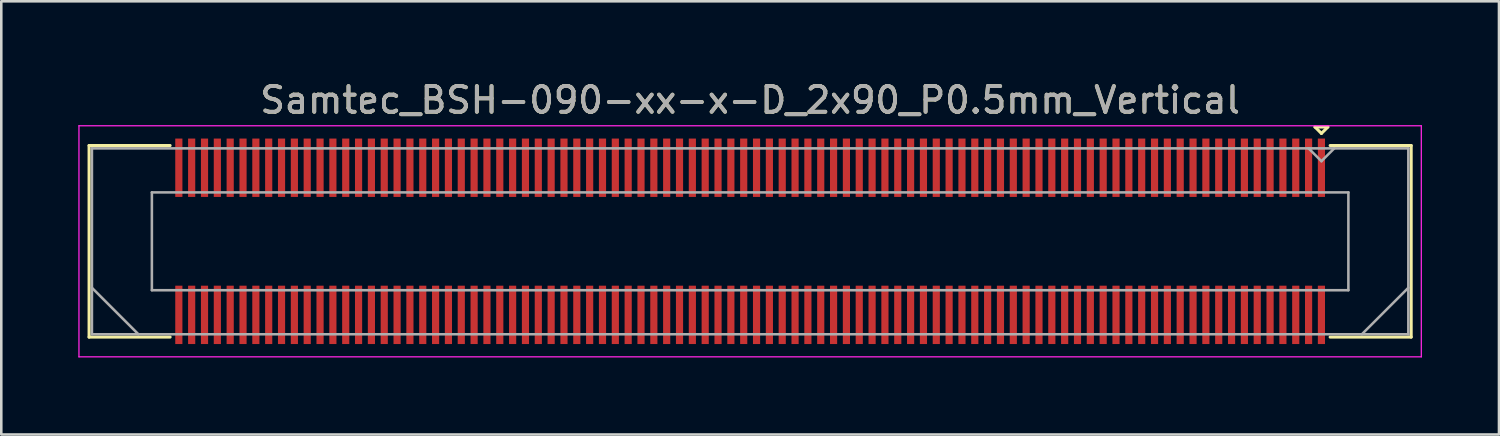
<source format=kicad_pcb>
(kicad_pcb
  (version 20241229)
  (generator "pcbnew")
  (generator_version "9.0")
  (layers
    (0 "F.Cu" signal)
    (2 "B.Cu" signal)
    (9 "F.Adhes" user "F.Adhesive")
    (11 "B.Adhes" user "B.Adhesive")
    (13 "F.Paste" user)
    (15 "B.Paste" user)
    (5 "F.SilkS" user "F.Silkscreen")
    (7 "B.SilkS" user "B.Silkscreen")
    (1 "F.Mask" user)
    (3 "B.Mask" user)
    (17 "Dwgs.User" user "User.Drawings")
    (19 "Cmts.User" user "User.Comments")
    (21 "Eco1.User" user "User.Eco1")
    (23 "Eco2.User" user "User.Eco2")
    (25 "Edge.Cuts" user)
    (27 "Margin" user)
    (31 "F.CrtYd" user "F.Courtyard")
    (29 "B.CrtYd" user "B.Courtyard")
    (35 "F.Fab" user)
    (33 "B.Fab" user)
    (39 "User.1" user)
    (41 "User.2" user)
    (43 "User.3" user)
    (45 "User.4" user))
  (footprint "Samtec_BSH-090-xx-x-D_2x90_P0.5mm_Vertical"
    (layer "F.Cu")
    (at 26.165 6.348)
    (property "Reference" "Samtec_BSH-090-xx-x-D_2x90_P0.5mm_Vertical" (at 0 -5.5 0) (layer "F.SilkS") (effects (font (size 1 1) (thickness 0.15))))
    (attr smd)
    (fp_line (start -25.745 -3.73) (end -22.59 -3.73) (stroke (width 0.12) (type solid)) (layer "F.SilkS"))
    (fp_line (start -25.745 3.73) (end -25.745 -3.73) (stroke (width 0.12) (type solid)) (layer "F.SilkS"))
    (fp_line (start -22.59 3.73) (end -25.745 3.73) (stroke (width 0.12) (type solid)) (layer "F.SilkS"))
    (fp_line (start 22 -4.452) (end 22.5 -4.452) (stroke (width 0.12) (type solid)) (layer "F.SilkS"))
    (fp_line (start 22.25 -4.202) (end 22 -4.452) (stroke (width 0.12) (type solid)) (layer "F.SilkS"))
    (fp_line (start 22.5 -4.452) (end 22.25 -4.202) (stroke (width 0.12) (type solid)) (layer "F.SilkS"))
    (fp_line (start 22.59 3.73) (end 25.745 3.73) (stroke (width 0.12) (type solid)) (layer "F.SilkS"))
    (fp_line (start 25.745 -3.73) (end 22.59 -3.73) (stroke (width 0.12) (type solid)) (layer "F.SilkS"))
    (fp_line (start 25.745 3.73) (end 25.745 -3.73) (stroke (width 0.12) (type solid)) (layer "F.SilkS"))
    (fp_line (start -26.14 -4.5) (end -26.14 4.5) (stroke (width 0.05) (type solid)) (layer "F.CrtYd"))
    (fp_line (start -26.14 4.5) (end 26.14 4.5) (stroke (width 0.05) (type solid)) (layer "F.CrtYd"))
    (fp_line (start 26.14 -4.5) (end -26.14 -4.5) (stroke (width 0.05) (type solid)) (layer "F.CrtYd"))
    (fp_line (start 26.14 4.5) (end 26.14 -4.5) (stroke (width 0.05) (type solid)) (layer "F.CrtYd"))
    (fp_line (start -25.635 -3.62) (end -25.635 3.62) (stroke (width 0.1) (type solid)) (layer "F.Fab"))
    (fp_line (start -25.635 1.81) (end -23.825 3.62) (stroke (width 0.1) (type solid)) (layer "F.Fab"))
    (fp_line (start -25.635 3.62) (end 25.635 3.62) (stroke (width 0.1) (type solid)) (layer "F.Fab"))
    (fp_line (start -23.3 -1.905) (end -23.3 1.905) (stroke (width 0.1) (type solid)) (layer "F.Fab"))
    (fp_line (start -23.3 1.905) (end 23.3 1.905) (stroke (width 0.1) (type solid)) (layer "F.Fab"))
    (fp_line (start 22.25 -3.12) (end 21.75 -3.62) (stroke (width 0.1) (type solid)) (layer "F.Fab"))
    (fp_line (start 22.75 -3.62) (end 22.25 -3.12) (stroke (width 0.1) (type solid)) (layer "F.Fab"))
    (fp_line (start 23.3 -1.905) (end -23.3 -1.905) (stroke (width 0.1) (type solid)) (layer "F.Fab"))
    (fp_line (start 23.3 1.905) (end 23.3 -1.905) (stroke (width 0.1) (type solid)) (layer "F.Fab"))
    (fp_line (start 25.635 -3.62) (end -25.635 -3.62) (stroke (width 0.1) (type solid)) (layer "F.Fab"))
    (fp_line (start 25.635 1.81) (end 23.825 3.62) (stroke (width 0.1) (type solid)) (layer "F.Fab"))
    (fp_line (start 25.635 3.62) (end 25.635 -3.62) (stroke (width 0.1) (type solid)) (layer "F.Fab"))
    (fp_text user "${REFERENCE}" (at 0 -5.5 0) (layer "F.Fab") (effects (font (size 1 1) (thickness 0.15))))
    (pad "1" smd rect (at 22.25 -2.865) (size 0.279 2.273) (layers "F.Cu" "F.Mask" "F.Paste"))
    (pad "2" smd rect (at 22.25 2.865) (size 0.279 2.273) (layers "F.Cu" "F.Mask" "F.Paste"))
    (pad "3" smd rect (at 21.75 -2.865) (size 0.279 2.273) (layers "F.Cu" "F.Mask" "F.Paste"))
    (pad "4" smd rect (at 21.75 2.865) (size 0.279 2.273) (layers "F.Cu" "F.Mask" "F.Paste"))
    (pad "5" smd rect (at 21.25 -2.865) (size 0.279 2.273) (layers "F.Cu" "F.Mask" "F.Paste"))
    (pad "6" smd rect (at 21.25 2.865) (size 0.279 2.273) (layers "F.Cu" "F.Mask" "F.Paste"))
    (pad "7" smd rect (at 20.75 -2.865) (size 0.279 2.273) (layers "F.Cu" "F.Mask" "F.Paste"))
    (pad "8" smd rect (at 20.75 2.865) (size 0.279 2.273) (layers "F.Cu" "F.Mask" "F.Paste"))
    (pad "9" smd rect (at 20.25 -2.865) (size 0.279 2.273) (layers "F.Cu" "F.Mask" "F.Paste"))
    (pad "10" smd rect (at 20.25 2.865) (size 0.279 2.273) (layers "F.Cu" "F.Mask" "F.Paste"))
    (pad "11" smd rect (at 19.75 -2.865) (size 0.279 2.273) (layers "F.Cu" "F.Mask" "F.Paste"))
    (pad "12" smd rect (at 19.75 2.865) (size 0.279 2.273) (layers "F.Cu" "F.Mask" "F.Paste"))
    (pad "13" smd rect (at 19.25 -2.865) (size 0.279 2.273) (layers "F.Cu" "F.Mask" "F.Paste"))
    (pad "14" smd rect (at 19.25 2.865) (size 0.279 2.273) (layers "F.Cu" "F.Mask" "F.Paste"))
    (pad "15" smd rect (at 18.75 -2.865) (size 0.279 2.273) (layers "F.Cu" "F.Mask" "F.Paste"))
    (pad "16" smd rect (at 18.75 2.865) (size 0.279 2.273) (layers "F.Cu" "F.Mask" "F.Paste"))
    (pad "17" smd rect (at 18.25 -2.865) (size 0.279 2.273) (layers "F.Cu" "F.Mask" "F.Paste"))
    (pad "18" smd rect (at 18.25 2.865) (size 0.279 2.273) (layers "F.Cu" "F.Mask" "F.Paste"))
    (pad "19" smd rect (at 17.75 -2.865) (size 0.279 2.273) (layers "F.Cu" "F.Mask" "F.Paste"))
    (pad "20" smd rect (at 17.75 2.865) (size 0.279 2.273) (layers "F.Cu" "F.Mask" "F.Paste"))
    (pad "21" smd rect (at 17.25 -2.865) (size 0.279 2.273) (layers "F.Cu" "F.Mask" "F.Paste"))
    (pad "22" smd rect (at 17.25 2.865) (size 0.279 2.273) (layers "F.Cu" "F.Mask" "F.Paste"))
    (pad "23" smd rect (at 16.75 -2.865) (size 0.279 2.273) (layers "F.Cu" "F.Mask" "F.Paste"))
    (pad "24" smd rect (at 16.75 2.865) (size 0.279 2.273) (layers "F.Cu" "F.Mask" "F.Paste"))
    (pad "25" smd rect (at 16.25 -2.865) (size 0.279 2.273) (layers "F.Cu" "F.Mask" "F.Paste"))
    (pad "26" smd rect (at 16.25 2.865) (size 0.279 2.273) (layers "F.Cu" "F.Mask" "F.Paste"))
    (pad "27" smd rect (at 15.75 -2.865) (size 0.279 2.273) (layers "F.Cu" "F.Mask" "F.Paste"))
    (pad "28" smd rect (at 15.75 2.865) (size 0.279 2.273) (layers "F.Cu" "F.Mask" "F.Paste"))
    (pad "29" smd rect (at 15.25 -2.865) (size 0.279 2.273) (layers "F.Cu" "F.Mask" "F.Paste"))
    (pad "30" smd rect (at 15.25 2.865) (size 0.279 2.273) (layers "F.Cu" "F.Mask" "F.Paste"))
    (pad "31" smd rect (at 14.75 -2.865) (size 0.279 2.273) (layers "F.Cu" "F.Mask" "F.Paste"))
    (pad "32" smd rect (at 14.75 2.865) (size 0.279 2.273) (layers "F.Cu" "F.Mask" "F.Paste"))
    (pad "33" smd rect (at 14.25 -2.865) (size 0.279 2.273) (layers "F.Cu" "F.Mask" "F.Paste"))
    (pad "34" smd rect (at 14.25 2.865) (size 0.279 2.273) (layers "F.Cu" "F.Mask" "F.Paste"))
    (pad "35" smd rect (at 13.75 -2.865) (size 0.279 2.273) (layers "F.Cu" "F.Mask" "F.Paste"))
    (pad "36" smd rect (at 13.75 2.865) (size 0.279 2.273) (layers "F.Cu" "F.Mask" "F.Paste"))
    (pad "37" smd rect (at 13.25 -2.865) (size 0.279 2.273) (layers "F.Cu" "F.Mask" "F.Paste"))
    (pad "38" smd rect (at 13.25 2.865) (size 0.279 2.273) (layers "F.Cu" "F.Mask" "F.Paste"))
    (pad "39" smd rect (at 12.75 -2.865) (size 0.279 2.273) (layers "F.Cu" "F.Mask" "F.Paste"))
    (pad "40" smd rect (at 12.75 2.865) (size 0.279 2.273) (layers "F.Cu" "F.Mask" "F.Paste"))
    (pad "41" smd rect (at 12.25 -2.865) (size 0.279 2.273) (layers "F.Cu" "F.Mask" "F.Paste"))
    (pad "42" smd rect (at 12.25 2.865) (size 0.279 2.273) (layers "F.Cu" "F.Mask" "F.Paste"))
    (pad "43" smd rect (at 11.75 -2.865) (size 0.279 2.273) (layers "F.Cu" "F.Mask" "F.Paste"))
    (pad "44" smd rect (at 11.75 2.865) (size 0.279 2.273) (layers "F.Cu" "F.Mask" "F.Paste"))
    (pad "45" smd rect (at 11.25 -2.865) (size 0.279 2.273) (layers "F.Cu" "F.Mask" "F.Paste"))
    (pad "46" smd rect (at 11.25 2.865) (size 0.279 2.273) (layers "F.Cu" "F.Mask" "F.Paste"))
    (pad "47" smd rect (at 10.75 -2.865) (size 0.279 2.273) (layers "F.Cu" "F.Mask" "F.Paste"))
    (pad "48" smd rect (at 10.75 2.865) (size 0.279 2.273) (layers "F.Cu" "F.Mask" "F.Paste"))
    (pad "49" smd rect (at 10.25 -2.865) (size 0.279 2.273) (layers "F.Cu" "F.Mask" "F.Paste"))
    (pad "50" smd rect (at 10.25 2.865) (size 0.279 2.273) (layers "F.Cu" "F.Mask" "F.Paste"))
    (pad "51" smd rect (at 9.75 -2.865) (size 0.279 2.273) (layers "F.Cu" "F.Mask" "F.Paste"))
    (pad "52" smd rect (at 9.75 2.865) (size 0.279 2.273) (layers "F.Cu" "F.Mask" "F.Paste"))
    (pad "53" smd rect (at 9.25 -2.865) (size 0.279 2.273) (layers "F.Cu" "F.Mask" "F.Paste"))
    (pad "54" smd rect (at 9.25 2.865) (size 0.279 2.273) (layers "F.Cu" "F.Mask" "F.Paste"))
    (pad "55" smd rect (at 8.75 -2.865) (size 0.279 2.273) (layers "F.Cu" "F.Mask" "F.Paste"))
    (pad "56" smd rect (at 8.75 2.865) (size 0.279 2.273) (layers "F.Cu" "F.Mask" "F.Paste"))
    (pad "57" smd rect (at 8.25 -2.865) (size 0.279 2.273) (layers "F.Cu" "F.Mask" "F.Paste"))
    (pad "58" smd rect (at 8.25 2.865) (size 0.279 2.273) (layers "F.Cu" "F.Mask" "F.Paste"))
    (pad "59" smd rect (at 7.75 -2.865) (size 0.279 2.273) (layers "F.Cu" "F.Mask" "F.Paste"))
    (pad "60" smd rect (at 7.75 2.865) (size 0.279 2.273) (layers "F.Cu" "F.Mask" "F.Paste"))
    (pad "61" smd rect (at 7.25 -2.865) (size 0.279 2.273) (layers "F.Cu" "F.Mask" "F.Paste"))
    (pad "62" smd rect (at 7.25 2.865) (size 0.279 2.273) (layers "F.Cu" "F.Mask" "F.Paste"))
    (pad "63" smd rect (at 6.75 -2.865) (size 0.279 2.273) (layers "F.Cu" "F.Mask" "F.Paste"))
    (pad "64" smd rect (at 6.75 2.865) (size 0.279 2.273) (layers "F.Cu" "F.Mask" "F.Paste"))
    (pad "65" smd rect (at 6.25 -2.865) (size 0.279 2.273) (layers "F.Cu" "F.Mask" "F.Paste"))
    (pad "66" smd rect (at 6.25 2.865) (size 0.279 2.273) (layers "F.Cu" "F.Mask" "F.Paste"))
    (pad "67" smd rect (at 5.75 -2.865) (size 0.279 2.273) (layers "F.Cu" "F.Mask" "F.Paste"))
    (pad "68" smd rect (at 5.75 2.865) (size 0.279 2.273) (layers "F.Cu" "F.Mask" "F.Paste"))
    (pad "69" smd rect (at 5.25 -2.865) (size 0.279 2.273) (layers "F.Cu" "F.Mask" "F.Paste"))
    (pad "70" smd rect (at 5.25 2.865) (size 0.279 2.273) (layers "F.Cu" "F.Mask" "F.Paste"))
    (pad "71" smd rect (at 4.75 -2.865) (size 0.279 2.273) (layers "F.Cu" "F.Mask" "F.Paste"))
    (pad "72" smd rect (at 4.75 2.865) (size 0.279 2.273) (layers "F.Cu" "F.Mask" "F.Paste"))
    (pad "73" smd rect (at 4.25 -2.865) (size 0.279 2.273) (layers "F.Cu" "F.Mask" "F.Paste"))
    (pad "74" smd rect (at 4.25 2.865) (size 0.279 2.273) (layers "F.Cu" "F.Mask" "F.Paste"))
    (pad "75" smd rect (at 3.75 -2.865) (size 0.279 2.273) (layers "F.Cu" "F.Mask" "F.Paste"))
    (pad "76" smd rect (at 3.75 2.865) (size 0.279 2.273) (layers "F.Cu" "F.Mask" "F.Paste"))
    (pad "77" smd rect (at 3.25 -2.865) (size 0.279 2.273) (layers "F.Cu" "F.Mask" "F.Paste"))
    (pad "78" smd rect (at 3.25 2.865) (size 0.279 2.273) (layers "F.Cu" "F.Mask" "F.Paste"))
    (pad "79" smd rect (at 2.75 -2.865) (size 0.279 2.273) (layers "F.Cu" "F.Mask" "F.Paste"))
    (pad "80" smd rect (at 2.75 2.865) (size 0.279 2.273) (layers "F.Cu" "F.Mask" "F.Paste"))
    (pad "81" smd rect (at 2.25 -2.865) (size 0.279 2.273) (layers "F.Cu" "F.Mask" "F.Paste"))
    (pad "82" smd rect (at 2.25 2.865) (size 0.279 2.273) (layers "F.Cu" "F.Mask" "F.Paste"))
    (pad "83" smd rect (at 1.75 -2.865) (size 0.279 2.273) (layers "F.Cu" "F.Mask" "F.Paste"))
    (pad "84" smd rect (at 1.75 2.865) (size 0.279 2.273) (layers "F.Cu" "F.Mask" "F.Paste"))
    (pad "85" smd rect (at 1.25 -2.865) (size 0.279 2.273) (layers "F.Cu" "F.Mask" "F.Paste"))
    (pad "86" smd rect (at 1.25 2.865) (size 0.279 2.273) (layers "F.Cu" "F.Mask" "F.Paste"))
    (pad "87" smd rect (at 0.75 -2.865) (size 0.279 2.273) (layers "F.Cu" "F.Mask" "F.Paste"))
    (pad "88" smd rect (at 0.75 2.865) (size 0.279 2.273) (layers "F.Cu" "F.Mask" "F.Paste"))
    (pad "89" smd rect (at 0.25 -2.865) (size 0.279 2.273) (layers "F.Cu" "F.Mask" "F.Paste"))
    (pad "90" smd rect (at 0.25 2.865) (size 0.279 2.273) (layers "F.Cu" "F.Mask" "F.Paste"))
    (pad "91" smd rect (at -0.25 -2.865) (size 0.279 2.273) (layers "F.Cu" "F.Mask" "F.Paste"))
    (pad "92" smd rect (at -0.25 2.865) (size 0.279 2.273) (layers "F.Cu" "F.Mask" "F.Paste"))
    (pad "93" smd rect (at -0.75 -2.865) (size 0.279 2.273) (layers "F.Cu" "F.Mask" "F.Paste"))
    (pad "94" smd rect (at -0.75 2.865) (size 0.279 2.273) (layers "F.Cu" "F.Mask" "F.Paste"))
    (pad "95" smd rect (at -1.25 -2.865) (size 0.279 2.273) (layers "F.Cu" "F.Mask" "F.Paste"))
    (pad "96" smd rect (at -1.25 2.865) (size 0.279 2.273) (layers "F.Cu" "F.Mask" "F.Paste"))
    (pad "97" smd rect (at -1.75 -2.865) (size 0.279 2.273) (layers "F.Cu" "F.Mask" "F.Paste"))
    (pad "98" smd rect (at -1.75 2.865) (size 0.279 2.273) (layers "F.Cu" "F.Mask" "F.Paste"))
    (pad "99" smd rect (at -2.25 -2.865) (size 0.279 2.273) (layers "F.Cu" "F.Mask" "F.Paste"))
    (pad "100" smd rect (at -2.25 2.865) (size 0.279 2.273) (layers "F.Cu" "F.Mask" "F.Paste"))
    (pad "101" smd rect (at -2.75 -2.865) (size 0.279 2.273) (layers "F.Cu" "F.Mask" "F.Paste"))
    (pad "102" smd rect (at -2.75 2.865) (size 0.279 2.273) (layers "F.Cu" "F.Mask" "F.Paste"))
    (pad "103" smd rect (at -3.25 -2.865) (size 0.279 2.273) (layers "F.Cu" "F.Mask" "F.Paste"))
    (pad "104" smd rect (at -3.25 2.865) (size 0.279 2.273) (layers "F.Cu" "F.Mask" "F.Paste"))
    (pad "105" smd rect (at -3.75 -2.865) (size 0.279 2.273) (layers "F.Cu" "F.Mask" "F.Paste"))
    (pad "106" smd rect (at -3.75 2.865) (size 0.279 2.273) (layers "F.Cu" "F.Mask" "F.Paste"))
    (pad "107" smd rect (at -4.25 -2.865) (size 0.279 2.273) (layers "F.Cu" "F.Mask" "F.Paste"))
    (pad "108" smd rect (at -4.25 2.865) (size 0.279 2.273) (layers "F.Cu" "F.Mask" "F.Paste"))
    (pad "109" smd rect (at -4.75 -2.865) (size 0.279 2.273) (layers "F.Cu" "F.Mask" "F.Paste"))
    (pad "110" smd rect (at -4.75 2.865) (size 0.279 2.273) (layers "F.Cu" "F.Mask" "F.Paste"))
    (pad "111" smd rect (at -5.25 -2.865) (size 0.279 2.273) (layers "F.Cu" "F.Mask" "F.Paste"))
    (pad "112" smd rect (at -5.25 2.865) (size 0.279 2.273) (layers "F.Cu" "F.Mask" "F.Paste"))
    (pad "113" smd rect (at -5.75 -2.865) (size 0.279 2.273) (layers "F.Cu" "F.Mask" "F.Paste"))
    (pad "114" smd rect (at -5.75 2.865) (size 0.279 2.273) (layers "F.Cu" "F.Mask" "F.Paste"))
    (pad "115" smd rect (at -6.25 -2.865) (size 0.279 2.273) (layers "F.Cu" "F.Mask" "F.Paste"))
    (pad "116" smd rect (at -6.25 2.865) (size 0.279 2.273) (layers "F.Cu" "F.Mask" "F.Paste"))
    (pad "117" smd rect (at -6.75 -2.865) (size 0.279 2.273) (layers "F.Cu" "F.Mask" "F.Paste"))
    (pad "118" smd rect (at -6.75 2.865) (size 0.279 2.273) (layers "F.Cu" "F.Mask" "F.Paste"))
    (pad "119" smd rect (at -7.25 -2.865) (size 0.279 2.273) (layers "F.Cu" "F.Mask" "F.Paste"))
    (pad "120" smd rect (at -7.25 2.865) (size 0.279 2.273) (layers "F.Cu" "F.Mask" "F.Paste"))
    (pad "121" smd rect (at -7.75 -2.865) (size 0.279 2.273) (layers "F.Cu" "F.Mask" "F.Paste"))
    (pad "122" smd rect (at -7.75 2.865) (size 0.279 2.273) (layers "F.Cu" "F.Mask" "F.Paste"))
    (pad "123" smd rect (at -8.25 -2.865) (size 0.279 2.273) (layers "F.Cu" "F.Mask" "F.Paste"))
    (pad "124" smd rect (at -8.25 2.865) (size 0.279 2.273) (layers "F.Cu" "F.Mask" "F.Paste"))
    (pad "125" smd rect (at -8.75 -2.865) (size 0.279 2.273) (layers "F.Cu" "F.Mask" "F.Paste"))
    (pad "126" smd rect (at -8.75 2.865) (size 0.279 2.273) (layers "F.Cu" "F.Mask" "F.Paste"))
    (pad "127" smd rect (at -9.25 -2.865) (size 0.279 2.273) (layers "F.Cu" "F.Mask" "F.Paste"))
    (pad "128" smd rect (at -9.25 2.865) (size 0.279 2.273) (layers "F.Cu" "F.Mask" "F.Paste"))
    (pad "129" smd rect (at -9.75 -2.865) (size 0.279 2.273) (layers "F.Cu" "F.Mask" "F.Paste"))
    (pad "130" smd rect (at -9.75 2.865) (size 0.279 2.273) (layers "F.Cu" "F.Mask" "F.Paste"))
    (pad "131" smd rect (at -10.25 -2.865) (size 0.279 2.273) (layers "F.Cu" "F.Mask" "F.Paste"))
    (pad "132" smd rect (at -10.25 2.865) (size 0.279 2.273) (layers "F.Cu" "F.Mask" "F.Paste"))
    (pad "133" smd rect (at -10.75 -2.865) (size 0.279 2.273) (layers "F.Cu" "F.Mask" "F.Paste"))
    (pad "134" smd rect (at -10.75 2.865) (size 0.279 2.273) (layers "F.Cu" "F.Mask" "F.Paste"))
    (pad "135" smd rect (at -11.25 -2.865) (size 0.279 2.273) (layers "F.Cu" "F.Mask" "F.Paste"))
    (pad "136" smd rect (at -11.25 2.865) (size 0.279 2.273) (layers "F.Cu" "F.Mask" "F.Paste"))
    (pad "137" smd rect (at -11.75 -2.865) (size 0.279 2.273) (layers "F.Cu" "F.Mask" "F.Paste"))
    (pad "138" smd rect (at -11.75 2.865) (size 0.279 2.273) (layers "F.Cu" "F.Mask" "F.Paste"))
    (pad "139" smd rect (at -12.25 -2.865) (size 0.279 2.273) (layers "F.Cu" "F.Mask" "F.Paste"))
    (pad "140" smd rect (at -12.25 2.865) (size 0.279 2.273) (layers "F.Cu" "F.Mask" "F.Paste"))
    (pad "141" smd rect (at -12.75 -2.865) (size 0.279 2.273) (layers "F.Cu" "F.Mask" "F.Paste"))
    (pad "142" smd rect (at -12.75 2.865) (size 0.279 2.273) (layers "F.Cu" "F.Mask" "F.Paste"))
    (pad "143" smd rect (at -13.25 -2.865) (size 0.279 2.273) (layers "F.Cu" "F.Mask" "F.Paste"))
    (pad "144" smd rect (at -13.25 2.865) (size 0.279 2.273) (layers "F.Cu" "F.Mask" "F.Paste"))
    (pad "145" smd rect (at -13.75 -2.865) (size 0.279 2.273) (layers "F.Cu" "F.Mask" "F.Paste"))
    (pad "146" smd rect (at -13.75 2.865) (size 0.279 2.273) (layers "F.Cu" "F.Mask" "F.Paste"))
    (pad "147" smd rect (at -14.25 -2.865) (size 0.279 2.273) (layers "F.Cu" "F.Mask" "F.Paste"))
    (pad "148" smd rect (at -14.25 2.865) (size 0.279 2.273) (layers "F.Cu" "F.Mask" "F.Paste"))
    (pad "149" smd rect (at -14.75 -2.865) (size 0.279 2.273) (layers "F.Cu" "F.Mask" "F.Paste"))
    (pad "150" smd rect (at -14.75 2.865) (size 0.279 2.273) (layers "F.Cu" "F.Mask" "F.Paste"))
    (pad "151" smd rect (at -15.25 -2.865) (size 0.279 2.273) (layers "F.Cu" "F.Mask" "F.Paste"))
    (pad "152" smd rect (at -15.25 2.865) (size 0.279 2.273) (layers "F.Cu" "F.Mask" "F.Paste"))
    (pad "153" smd rect (at -15.75 -2.865) (size 0.279 2.273) (layers "F.Cu" "F.Mask" "F.Paste"))
    (pad "154" smd rect (at -15.75 2.865) (size 0.279 2.273) (layers "F.Cu" "F.Mask" "F.Paste"))
    (pad "155" smd rect (at -16.25 -2.865) (size 0.279 2.273) (layers "F.Cu" "F.Mask" "F.Paste"))
    (pad "156" smd rect (at -16.25 2.865) (size 0.279 2.273) (layers "F.Cu" "F.Mask" "F.Paste"))
    (pad "157" smd rect (at -16.75 -2.865) (size 0.279 2.273) (layers "F.Cu" "F.Mask" "F.Paste"))
    (pad "158" smd rect (at -16.75 2.865) (size 0.279 2.273) (layers "F.Cu" "F.Mask" "F.Paste"))
    (pad "159" smd rect (at -17.25 -2.865) (size 0.279 2.273) (layers "F.Cu" "F.Mask" "F.Paste"))
    (pad "160" smd rect (at -17.25 2.865) (size 0.279 2.273) (layers "F.Cu" "F.Mask" "F.Paste"))
    (pad "161" smd rect (at -17.75 -2.865) (size 0.279 2.273) (layers "F.Cu" "F.Mask" "F.Paste"))
    (pad "162" smd rect (at -17.75 2.865) (size 0.279 2.273) (layers "F.Cu" "F.Mask" "F.Paste"))
    (pad "163" smd rect (at -18.25 -2.865) (size 0.279 2.273) (layers "F.Cu" "F.Mask" "F.Paste"))
    (pad "164" smd rect (at -18.25 2.865) (size 0.279 2.273) (layers "F.Cu" "F.Mask" "F.Paste"))
    (pad "165" smd rect (at -18.75 -2.865) (size 0.279 2.273) (layers "F.Cu" "F.Mask" "F.Paste"))
    (pad "166" smd rect (at -18.75 2.865) (size 0.279 2.273) (layers "F.Cu" "F.Mask" "F.Paste"))
    (pad "167" smd rect (at -19.25 -2.865) (size 0.279 2.273) (layers "F.Cu" "F.Mask" "F.Paste"))
    (pad "168" smd rect (at -19.25 2.865) (size 0.279 2.273) (layers "F.Cu" "F.Mask" "F.Paste"))
    (pad "169" smd rect (at -19.75 -2.865) (size 0.279 2.273) (layers "F.Cu" "F.Mask" "F.Paste"))
    (pad "170" smd rect (at -19.75 2.865) (size 0.279 2.273) (layers "F.Cu" "F.Mask" "F.Paste"))
    (pad "171" smd rect (at -20.25 -2.865) (size 0.279 2.273) (layers "F.Cu" "F.Mask" "F.Paste"))
    (pad "172" smd rect (at -20.25 2.865) (size 0.279 2.273) (layers "F.Cu" "F.Mask" "F.Paste"))
    (pad "173" smd rect (at -20.75 -2.865) (size 0.279 2.273) (layers "F.Cu" "F.Mask" "F.Paste"))
    (pad "174" smd rect (at -20.75 2.865) (size 0.279 2.273) (layers "F.Cu" "F.Mask" "F.Paste"))
    (pad "175" smd rect (at -21.25 -2.865) (size 0.279 2.273) (layers "F.Cu" "F.Mask" "F.Paste"))
    (pad "176" smd rect (at -21.25 2.865) (size 0.279 2.273) (layers "F.Cu" "F.Mask" "F.Paste"))
    (pad "177" smd rect (at -21.75 -2.865) (size 0.279 2.273) (layers "F.Cu" "F.Mask" "F.Paste"))
    (pad "178" smd rect (at -21.75 2.865) (size 0.279 2.273) (layers "F.Cu" "F.Mask" "F.Paste"))
    (pad "179" smd rect (at -22.25 -2.865) (size 0.279 2.273) (layers "F.Cu" "F.Mask" "F.Paste"))
    (pad "180" smd rect (at -22.25 2.865) (size 0.279 2.273) (layers "F.Cu" "F.Mask" "F.Paste")))
  (gr_rect
    (start -3 -3)
    (end 55.33 13.873)
    (stroke (width 0.1) (type default))
    (fill no)
    (layer "Edge.Cuts")))
</source>
